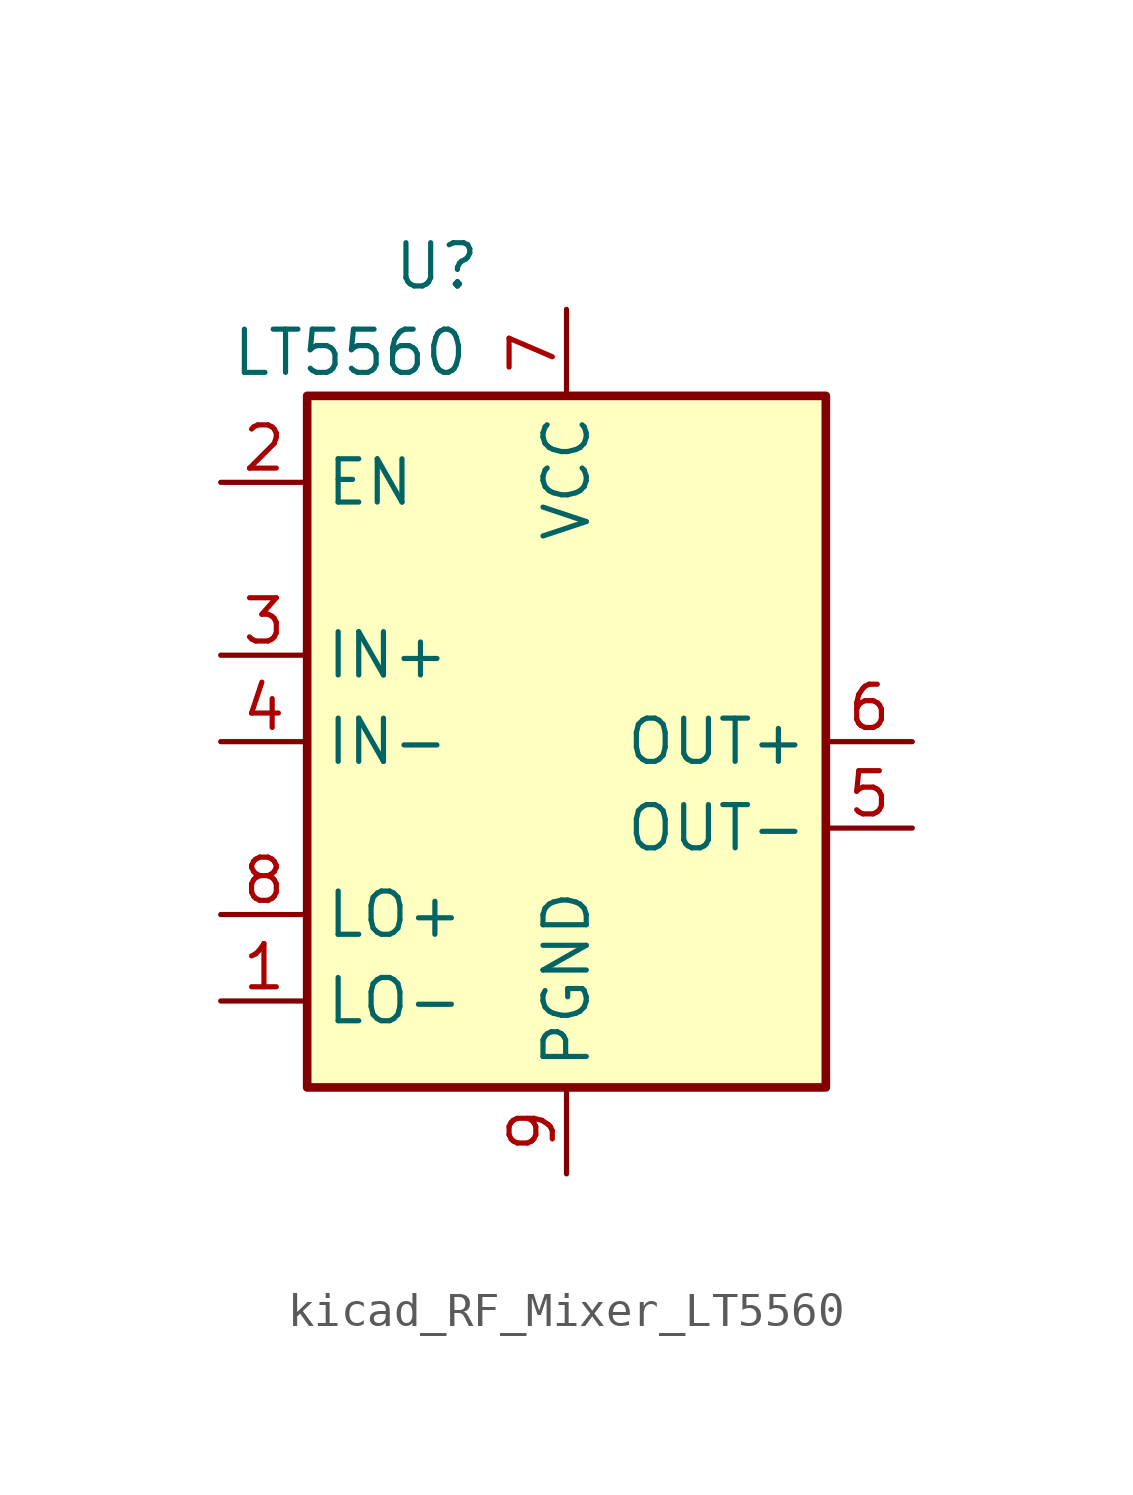
<source format=kicad_sym>
(kicad_symbol_lib
  (version 20220914)
  (generator kicad_symbol_editor)
  (symbol "kicad_RF_Mixer_LT5560"
    (property "Reference" "U"
      (at -3.81 13.97 0)
      (effects (font (size 1.27 1.27))))
    (property "Value" "LT5560"
      (at -6.35 11.43 0)
      (effects (font (size 1.27 1.27))))
    (symbol "kicad_RF_Mixer_LT5560_0_1"
      (rectangle (start -7.62 10.16) (end 7.62 -10.16) (stroke (width 0.254) (type default)) (fill (type background))))
    (symbol "kicad_RF_Mixer_LT5560_1_1"
      (pin input line (at -10.16 -7.62 0) (length 2.54) (name "LO-" (effects (font (size 1.27 1.27)))) (number "1" (effects (font (size 1.27 1.27)))))
      (pin input line (at -10.16 7.62 0) (length 2.54) (name "EN" (effects (font (size 1.27 1.27)))) (number "2" (effects (font (size 1.27 1.27)))))
      (pin input line (at -10.16 2.54 0) (length 2.54) (name "IN+" (effects (font (size 1.27 1.27)))) (number "3" (effects (font (size 1.27 1.27)))))
      (pin input line (at -10.16 0 0) (length 2.54) (name "IN-" (effects (font (size 1.27 1.27)))) (number "4" (effects (font (size 1.27 1.27)))))
      (pin output line (at 10.16 -2.54 180) (length 2.54) (name "OUT-" (effects (font (size 1.27 1.27)))) (number "5" (effects (font (size 1.27 1.27)))))
      (pin output line (at 10.16 0 180) (length 2.54) (name "OUT+" (effects (font (size 1.27 1.27)))) (number "6" (effects (font (size 1.27 1.27)))))
      (pin power_in line (at 0 12.7 270) (length 2.54) (name "VCC" (effects (font (size 1.27 1.27)))) (number "7" (effects (font (size 1.27 1.27)))))
      (pin input line (at -10.16 -5.08 0) (length 2.54) (name "LO+" (effects (font (size 1.27 1.27)))) (number "8" (effects (font (size 1.27 1.27)))))
      (pin power_in line (at 0 -12.7 90) (length 2.54) (name "PGND" (effects (font (size 1.27 1.27)))) (number "9" (effects (font (size 1.27 1.27))))))))
</source>
